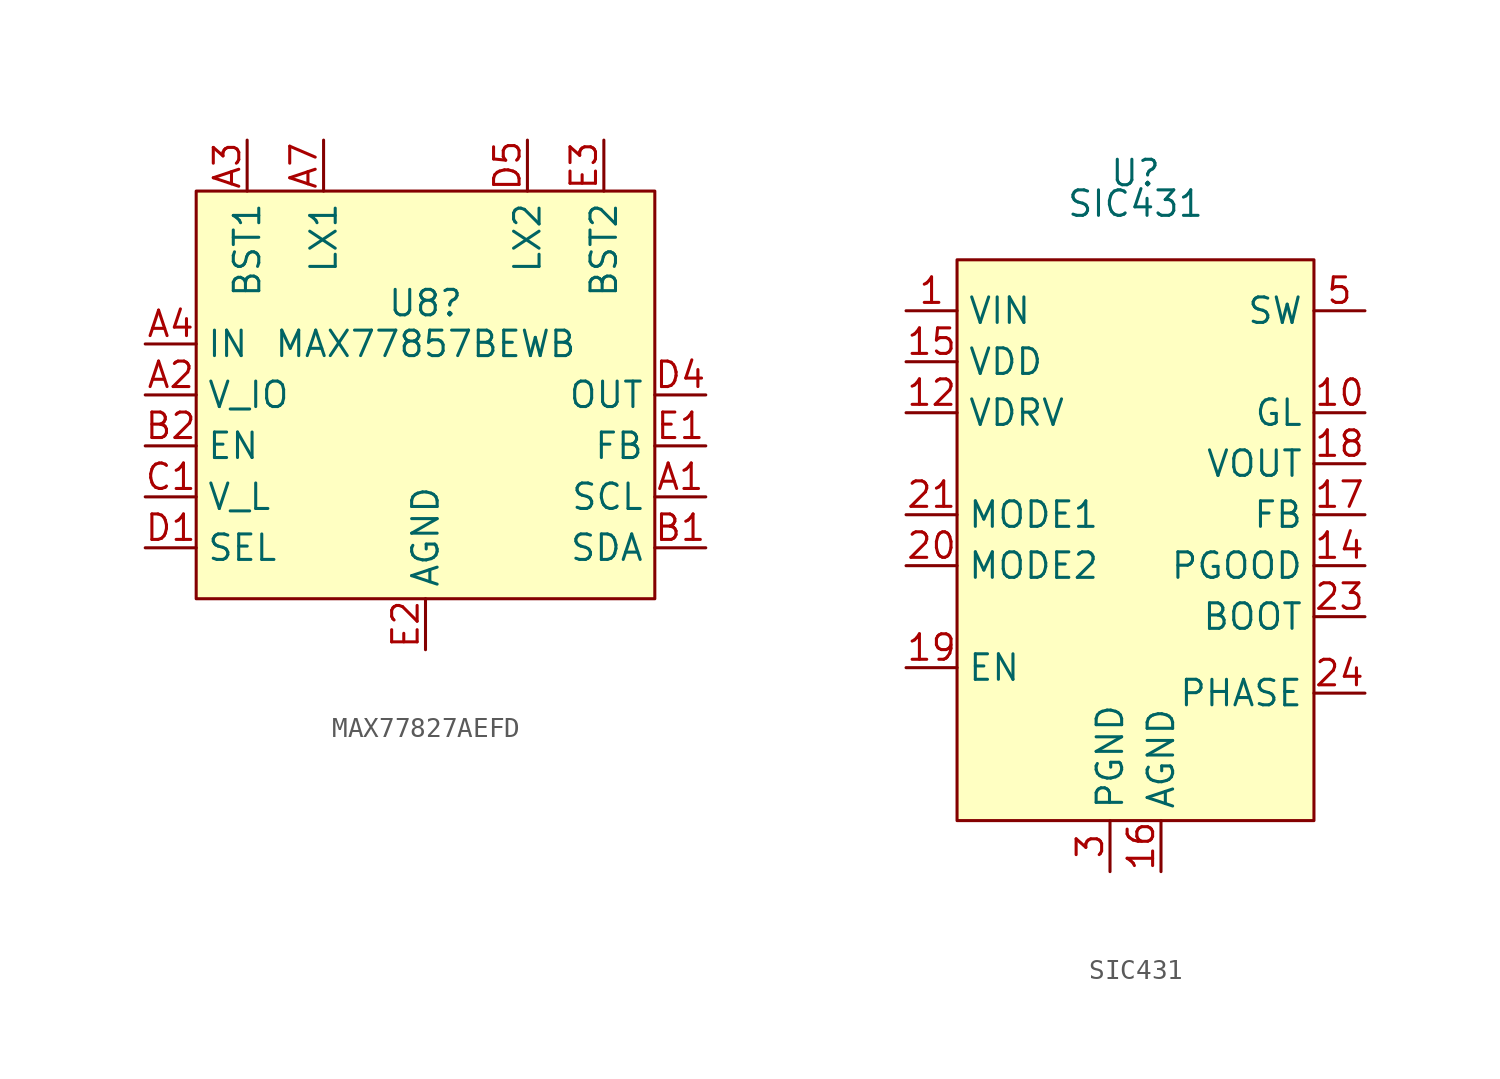
<source format=kicad_sym>
(kicad_symbol_lib
  (version 20241209)
  (generator "kicad_symbol_editor")
  (generator_version "9.0")
  (symbol "MAX77827AEFD"
    (property "Reference" "U8"
      (at 0 4.572 0)
      (effects (font (size 1.27 1.27))))
    (property "Value" "MAX77857BEWB"
      (at 0 2.54 0)
      (effects (font (size 1.27 1.27))))
    (symbol "MAX77827AEFD_1_1"
      (rectangle (start -11.43 10.16) (end 11.43 -10.16) (stroke (width 0) (type default)) (fill (type background)))
      (pin power_in line (at -13.97 2.54 0) (length 2.54) (name "IN" (effects (font (size 1.27 1.27)))) (number "A4" (effects (font (size 1.27 1.27)))))
      (pin power_in line (at -13.97 2.54 0) (length 2.54) (hide yes) (name "IN" (effects (font (size 1.27 1.27)))) (number "A5" (effects (font (size 1.27 1.27)))))
      (pin power_in line (at -13.97 2.54 0) (length 2.54) (hide yes) (name "IN" (effects (font (size 1.27 1.27)))) (number "A6" (effects (font (size 1.27 1.27)))))
      (pin power_in line (at -13.97 2.54 0) (length 2.54) (hide yes) (name "IN" (effects (font (size 1.27 1.27)))) (number "B4" (effects (font (size 1.27 1.27)))))
      (pin power_in line (at -13.97 0 0) (length 2.54) (name "V_IO" (effects (font (size 1.27 1.27)))) (number "A2" (effects (font (size 1.27 1.27)))))
      (pin input line (at -13.97 -2.54 0) (length 2.54) (name "EN" (effects (font (size 1.27 1.27)))) (number "B2" (effects (font (size 1.27 1.27)))))
      (pin input line (at -13.97 -2.54 0) (length 2.54) (hide yes) (name "EN" (effects (font (size 1.27 1.27)))) (number "B3" (effects (font (size 1.27 1.27)))))
      (pin power_in line (at -13.97 -5.08 0) (length 2.54) (name "V_L" (effects (font (size 1.27 1.27)))) (number "C1" (effects (font (size 1.27 1.27)))))
      (pin input line (at -13.97 -7.62 0) (length 2.54) (name "SEL" (effects (font (size 1.27 1.27)))) (number "D1" (effects (font (size 1.27 1.27)))))
      (pin passive line (at -8.89 12.7 270) (length 2.54) (name "BST1" (effects (font (size 1.27 1.27)))) (number "A3" (effects (font (size 1.27 1.27)))))
      (pin passive line (at -5.08 12.7 270) (length 2.54) (name "LX1" (effects (font (size 1.27 1.27)))) (number "A7" (effects (font (size 1.27 1.27)))))
      (pin passive line (at -5.08 12.7 270) (length 2.54) (hide yes) (name "LX1" (effects (font (size 1.27 1.27)))) (number "B5" (effects (font (size 1.27 1.27)))))
      (pin passive line (at -5.08 12.7 270) (length 2.54) (hide yes) (name "LX1" (effects (font (size 1.27 1.27)))) (number "B6" (effects (font (size 1.27 1.27)))))
      (pin passive line (at -5.08 12.7 270) (length 2.54) (hide yes) (name "LX1" (effects (font (size 1.27 1.27)))) (number "B7" (effects (font (size 1.27 1.27)))))
      (pin power_in line (at 0 -12.7 90) (length 2.54) (hide yes) (name "AGND" (effects (font (size 1.27 1.27)))) (number "C3" (effects (font (size 1.27 1.27)))))
      (pin power_in line (at 0 -12.7 90) (length 2.54) (hide yes) (name "AGND" (effects (font (size 1.27 1.27)))) (number "C4" (effects (font (size 1.27 1.27)))))
      (pin power_in line (at 0 -12.7 90) (length 2.54) (hide yes) (name "AGND" (effects (font (size 1.27 1.27)))) (number "C5" (effects (font (size 1.27 1.27)))))
      (pin power_in line (at 0 -12.7 90) (length 2.54) (hide yes) (name "AGND" (effects (font (size 1.27 1.27)))) (number "C6" (effects (font (size 1.27 1.27)))))
      (pin power_in line (at 0 -12.7 90) (length 2.54) (hide yes) (name "AGND" (effects (font (size 1.27 1.27)))) (number "C7" (effects (font (size 1.27 1.27)))))
      (pin power_in line (at 0 -12.7 90) (length 2.54) (hide yes) (name "AGND" (effects (font (size 1.27 1.27)))) (number "D2" (effects (font (size 1.27 1.27)))))
      (pin power_in line (at 0 -12.7 90) (length 2.54) (hide yes) (name "AGND" (effects (font (size 1.27 1.27)))) (number "D3" (effects (font (size 1.27 1.27)))))
      (pin power_in line (at 0 -12.7 90) (length 2.54) (name "AGND" (effects (font (size 1.27 1.27)))) (number "E2" (effects (font (size 1.27 1.27)))))
      (pin passive line (at 5.08 12.7 270) (length 2.54) (name "LX2" (effects (font (size 1.27 1.27)))) (number "D5" (effects (font (size 1.27 1.27)))))
      (pin passive line (at 5.08 12.7 270) (length 2.54) (hide yes) (name "LX2" (effects (font (size 1.27 1.27)))) (number "D6" (effects (font (size 1.27 1.27)))))
      (pin passive line (at 5.08 12.7 270) (length 2.54) (hide yes) (name "LX2" (effects (font (size 1.27 1.27)))) (number "D7" (effects (font (size 1.27 1.27)))))
      (pin passive line (at 5.08 12.7 270) (length 2.54) (hide yes) (name "LX2" (effects (font (size 1.27 1.27)))) (number "E7" (effects (font (size 1.27 1.27)))))
      (pin passive line (at 8.89 12.7 270) (length 2.54) (name "BST2" (effects (font (size 1.27 1.27)))) (number "E3" (effects (font (size 1.27 1.27)))))
      (pin power_out line (at 13.97 0 180) (length 2.54) (name "OUT" (effects (font (size 1.27 1.27)))) (number "D4" (effects (font (size 1.27 1.27)))))
      (pin power_out line (at 13.97 0 180) (length 2.54) (hide yes) (name "OUT" (effects (font (size 1.27 1.27)))) (number "E4" (effects (font (size 1.27 1.27)))))
      (pin power_out line (at 13.97 0 180) (length 2.54) (hide yes) (name "OUT" (effects (font (size 1.27 1.27)))) (number "E5" (effects (font (size 1.27 1.27)))))
      (pin power_out line (at 13.97 0 180) (length 2.54) (hide yes) (name "OUT" (effects (font (size 1.27 1.27)))) (number "E6" (effects (font (size 1.27 1.27)))))
      (pin input line (at 13.97 -2.54 180) (length 2.54) (name "FB" (effects (font (size 1.27 1.27)))) (number "E1" (effects (font (size 1.27 1.27)))))
      (pin input line (at 13.97 -5.08 180) (length 2.54) (name "SCL" (effects (font (size 1.27 1.27)))) (number "A1" (effects (font (size 1.27 1.27)))))
      (pin bidirectional line (at 13.97 -7.62 180) (length 2.54) (name "SDA" (effects (font (size 1.27 1.27)))) (number "B1" (effects (font (size 1.27 1.27)))))))
  (symbol "SIC431"
    (property "Reference" "U"
      (at 0 18.288 0)
      (effects (font (size 1.27 1.27))))
    (property "Value" "SIC431"
      (at 0 16.764 0)
      (effects (font (size 1.27 1.27))))
    (symbol "SIC431_1_1"
      (rectangle (start -8.89 13.97) (end 8.89 -13.97) (stroke (width 0) (type solid)) (fill (type background)))
      (pin power_in line (at -11.43 11.43 0) (length 2.54) (name "VIN" (effects (font (size 1.27 1.27)))) (number "1" (effects (font (size 1.27 1.27)))))
      (pin power_in line (at -11.43 11.43 0) (length 2.54) (hide yes) (name "VIN" (effects (font (size 1.27 1.27)))) (number "2" (effects (font (size 1.27 1.27)))))
      (pin power_in line (at -11.43 11.43 0) (length 2.54) (hide yes) (name "VIN" (effects (font (size 1.27 1.27)))) (number "22" (effects (font (size 1.27 1.27)))))
      (pin power_in line (at -11.43 11.43 0) (length 2.54) (hide yes) (name "VIN" (effects (font (size 1.27 1.27)))) (number "26" (effects (font (size 1.27 1.27)))))
      (pin power_in line (at -11.43 8.89 0) (length 2.54) (name "VDD" (effects (font (size 1.27 1.27)))) (number "15" (effects (font (size 1.27 1.27)))))
      (pin power_in line (at -11.43 6.35 0) (length 2.54) (name "VDRV" (effects (font (size 1.27 1.27)))) (number "12" (effects (font (size 1.27 1.27)))))
      (pin input line (at -11.43 1.27 0) (length 2.54) (name "MODE1" (effects (font (size 1.27 1.27)))) (number "21" (effects (font (size 1.27 1.27)))))
      (pin input line (at -11.43 -1.27 0) (length 2.54) (name "MODE2" (effects (font (size 1.27 1.27)))) (number "20" (effects (font (size 1.27 1.27)))))
      (pin input line (at -11.43 -6.35 0) (length 2.54) (name "EN" (effects (font (size 1.27 1.27)))) (number "19" (effects (font (size 1.27 1.27)))))
      (pin passive line (at -1.27 -16.51 90) (length 2.54) (hide yes) (name "PGND" (effects (font (size 1.27 1.27)))) (number "13" (effects (font (size 1.27 1.27)))))
      (pin passive line (at -1.27 -16.51 90) (length 2.54) (hide yes) (name "PGND" (effects (font (size 1.27 1.27)))) (number "27" (effects (font (size 1.27 1.27)))))
      (pin passive line (at -1.27 -16.51 90) (length 2.54) (name "PGND" (effects (font (size 1.27 1.27)))) (number "3" (effects (font (size 1.27 1.27)))))
      (pin passive line (at -1.27 -16.51 90) (length 2.54) (hide yes) (name "PGND" (effects (font (size 1.27 1.27)))) (number "4" (effects (font (size 1.27 1.27)))))
      (pin passive line (at 1.27 -16.51 90) (length 2.54) (name "AGND" (effects (font (size 1.27 1.27)))) (number "16" (effects (font (size 1.27 1.27)))))
      (pin passive line (at 1.27 -16.51 90) (length 2.54) (hide yes) (name "AGND" (effects (font (size 1.27 1.27)))) (number "25" (effects (font (size 1.27 1.27)))))
      (pin power_out line (at 11.43 11.43 180) (length 2.54) (name "SW" (effects (font (size 1.27 1.27)))) (number "5" (effects (font (size 1.27 1.27)))))
      (pin power_out line (at 11.43 11.43 180) (length 2.54) (hide yes) (name "SW" (effects (font (size 1.27 1.27)))) (number "6" (effects (font (size 1.27 1.27)))))
      (pin power_out line (at 11.43 11.43 180) (length 2.54) (hide yes) (name "SW" (effects (font (size 1.27 1.27)))) (number "7" (effects (font (size 1.27 1.27)))))
      (pin power_out line (at 11.43 11.43 180) (length 2.54) (hide yes) (name "SW" (effects (font (size 1.27 1.27)))) (number "8" (effects (font (size 1.27 1.27)))))
      (pin power_out line (at 11.43 11.43 180) (length 2.54) (hide yes) (name "SW" (effects (font (size 1.27 1.27)))) (number "9" (effects (font (size 1.27 1.27)))))
      (pin input line (at 11.43 6.35 180) (length 2.54) (name "GL" (effects (font (size 1.27 1.27)))) (number "10" (effects (font (size 1.27 1.27)))))
      (pin input line (at 11.43 6.35 180) (length 2.54) (hide yes) (name "GL" (effects (font (size 1.27 1.27)))) (number "11" (effects (font (size 1.27 1.27)))))
      (pin input line (at 11.43 6.35 180) (length 2.54) (hide yes) (name "GL" (effects (font (size 1.27 1.27)))) (number "28" (effects (font (size 1.27 1.27)))))
      (pin input line (at 11.43 3.81 180) (length 2.54) (name "VOUT" (effects (font (size 1.27 1.27)))) (number "18" (effects (font (size 1.27 1.27)))))
      (pin input line (at 11.43 1.27 180) (length 2.54) (name "FB" (effects (font (size 1.27 1.27)))) (number "17" (effects (font (size 1.27 1.27)))))
      (pin output line (at 11.43 -1.27 180) (length 2.54) (name "PGOOD" (effects (font (size 1.27 1.27)))) (number "14" (effects (font (size 1.27 1.27)))))
      (pin input line (at 11.43 -3.81 180) (length 2.54) (name "BOOT" (effects (font (size 1.27 1.27)))) (number "23" (effects (font (size 1.27 1.27)))))
      (pin output line (at 11.43 -7.62 180) (length 2.54) (name "PHASE" (effects (font (size 1.27 1.27)))) (number "24" (effects (font (size 1.27 1.27))))))))
</source>
